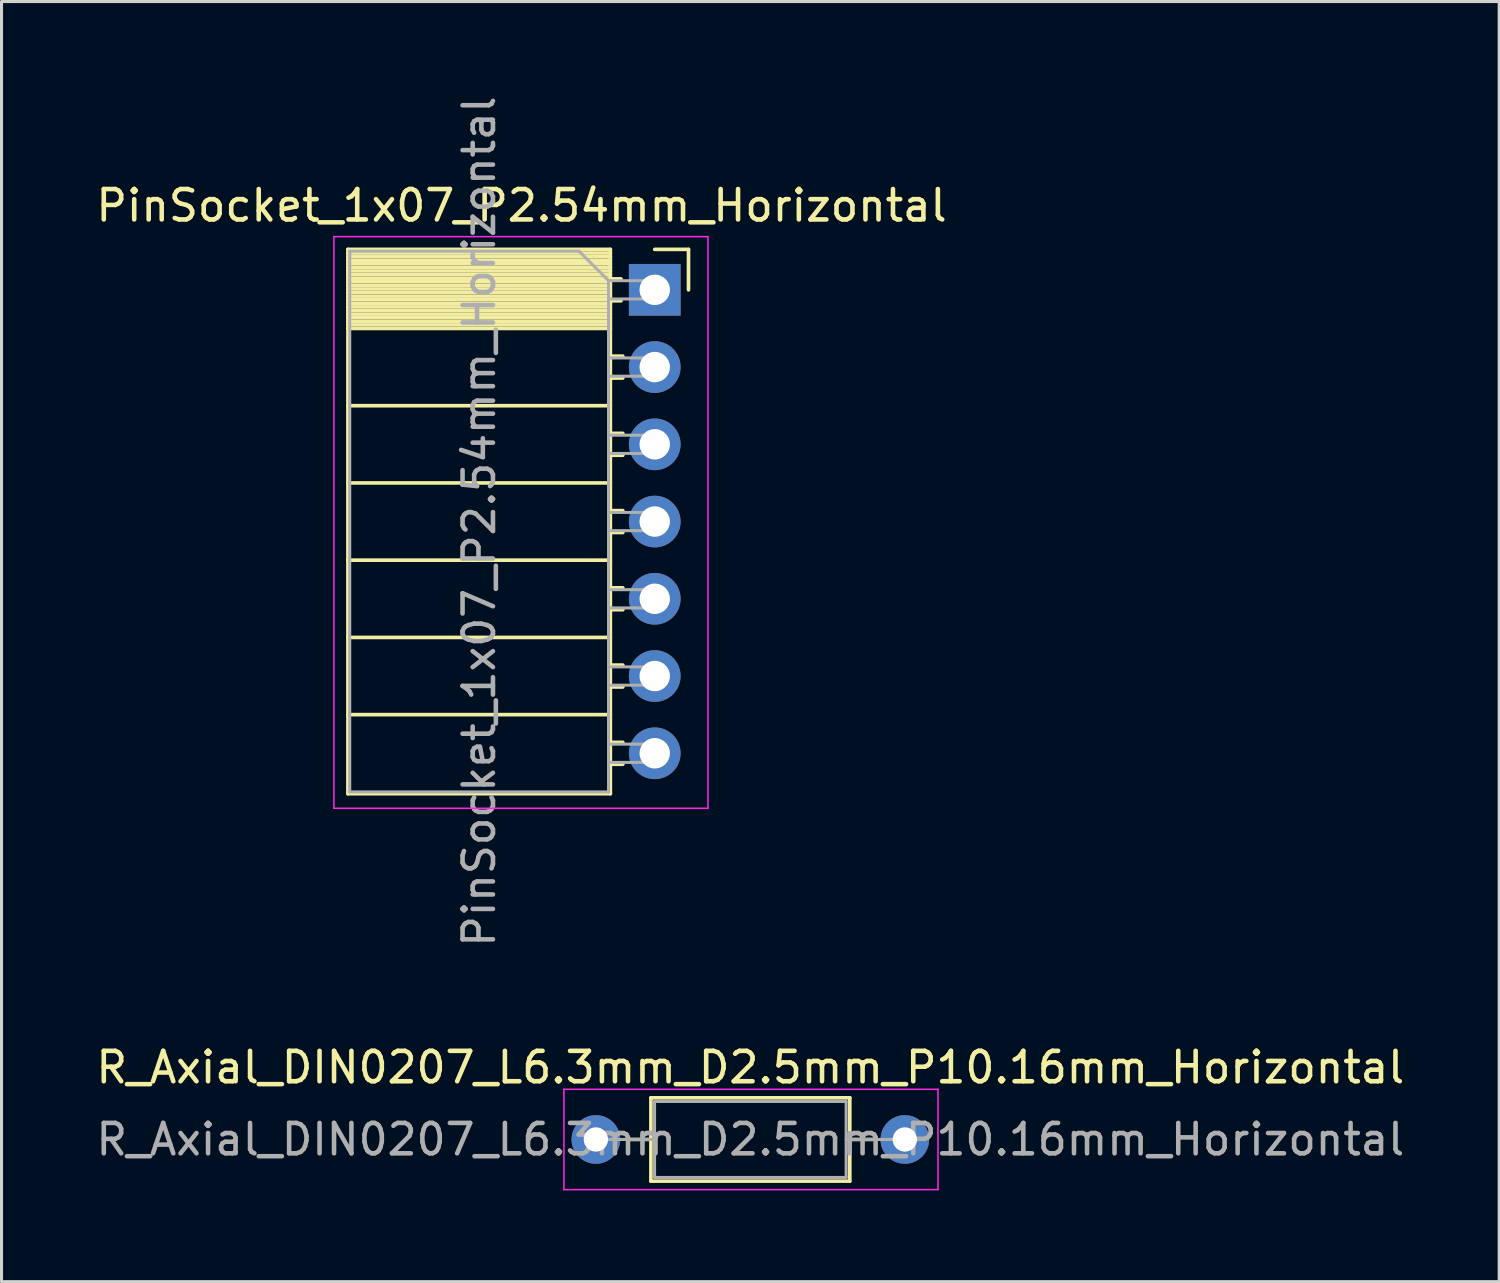
<source format=kicad_pcb>
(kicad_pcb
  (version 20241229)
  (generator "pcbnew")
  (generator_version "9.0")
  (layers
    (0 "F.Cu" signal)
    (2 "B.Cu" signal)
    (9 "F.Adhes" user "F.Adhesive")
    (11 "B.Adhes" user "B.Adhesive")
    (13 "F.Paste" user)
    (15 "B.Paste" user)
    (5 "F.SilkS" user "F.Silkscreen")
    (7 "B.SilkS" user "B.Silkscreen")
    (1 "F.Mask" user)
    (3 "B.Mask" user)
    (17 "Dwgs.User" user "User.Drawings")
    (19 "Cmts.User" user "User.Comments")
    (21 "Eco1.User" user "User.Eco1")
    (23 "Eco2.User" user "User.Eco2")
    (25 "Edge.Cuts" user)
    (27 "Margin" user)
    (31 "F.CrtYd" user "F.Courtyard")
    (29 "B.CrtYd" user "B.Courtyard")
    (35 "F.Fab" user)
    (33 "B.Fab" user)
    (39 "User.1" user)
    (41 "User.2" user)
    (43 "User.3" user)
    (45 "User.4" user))
  (footprint "PinSocket_1x07_P2.54mm_Horizontal"
    (layer "F.Cu")
    (at 18.481 6.481)
    (property "Reference" "PinSocket_1x07_P2.54mm_Horizontal" (at -4.38 -2.77 0) (layer "F.SilkS") (effects (font (size 1 1) (thickness 0.15))))
    (attr through_hole)
    (fp_line (start -10.09 -1.33) (end -10.09 16.57) (stroke (width 0.12) (type solid)) (layer "F.SilkS"))
    (fp_line (start -10.09 -1.33) (end -1.46 -1.33) (stroke (width 0.12) (type solid)) (layer "F.SilkS"))
    (fp_line (start -10.09 -1.21) (end -1.46 -1.21) (stroke (width 0.12) (type solid)) (layer "F.SilkS"))
    (fp_line (start -10.09 -1.092) (end -1.46 -1.092) (stroke (width 0.12) (type solid)) (layer "F.SilkS"))
    (fp_line (start -10.09 -0.974) (end -1.46 -0.974) (stroke (width 0.12) (type solid)) (layer "F.SilkS"))
    (fp_line (start -10.09 -0.856) (end -1.46 -0.856) (stroke (width 0.12) (type solid)) (layer "F.SilkS"))
    (fp_line (start -10.09 -0.738) (end -1.46 -0.738) (stroke (width 0.12) (type solid)) (layer "F.SilkS"))
    (fp_line (start -10.09 -0.62) (end -1.46 -0.62) (stroke (width 0.12) (type solid)) (layer "F.SilkS"))
    (fp_line (start -10.09 -0.501) (end -1.46 -0.501) (stroke (width 0.12) (type solid)) (layer "F.SilkS"))
    (fp_line (start -10.09 -0.383) (end -1.46 -0.383) (stroke (width 0.12) (type solid)) (layer "F.SilkS"))
    (fp_line (start -10.09 -0.265) (end -1.46 -0.265) (stroke (width 0.12) (type solid)) (layer "F.SilkS"))
    (fp_line (start -10.09 -0.147) (end -1.46 -0.147) (stroke (width 0.12) (type solid)) (layer "F.SilkS"))
    (fp_line (start -10.09 -0.029) (end -1.46 -0.029) (stroke (width 0.12) (type solid)) (layer "F.SilkS"))
    (fp_line (start -10.09 0.089) (end -1.46 0.089) (stroke (width 0.12) (type solid)) (layer "F.SilkS"))
    (fp_line (start -10.09 0.207) (end -1.46 0.207) (stroke (width 0.12) (type solid)) (layer "F.SilkS"))
    (fp_line (start -10.09 0.325) (end -1.46 0.325) (stroke (width 0.12) (type solid)) (layer "F.SilkS"))
    (fp_line (start -10.09 0.443) (end -1.46 0.443) (stroke (width 0.12) (type solid)) (layer "F.SilkS"))
    (fp_line (start -10.09 0.561) (end -1.46 0.561) (stroke (width 0.12) (type solid)) (layer "F.SilkS"))
    (fp_line (start -10.09 0.68) (end -1.46 0.68) (stroke (width 0.12) (type solid)) (layer "F.SilkS"))
    (fp_line (start -10.09 0.798) (end -1.46 0.798) (stroke (width 0.12) (type solid)) (layer "F.SilkS"))
    (fp_line (start -10.09 0.916) (end -1.46 0.916) (stroke (width 0.12) (type solid)) (layer "F.SilkS"))
    (fp_line (start -10.09 1.034) (end -1.46 1.034) (stroke (width 0.12) (type solid)) (layer "F.SilkS"))
    (fp_line (start -10.09 1.152) (end -1.46 1.152) (stroke (width 0.12) (type solid)) (layer "F.SilkS"))
    (fp_line (start -10.09 1.27) (end -1.46 1.27) (stroke (width 0.12) (type solid)) (layer "F.SilkS"))
    (fp_line (start -10.09 3.81) (end -1.46 3.81) (stroke (width 0.12) (type solid)) (layer "F.SilkS"))
    (fp_line (start -10.09 6.35) (end -1.46 6.35) (stroke (width 0.12) (type solid)) (layer "F.SilkS"))
    (fp_line (start -10.09 8.89) (end -1.46 8.89) (stroke (width 0.12) (type solid)) (layer "F.SilkS"))
    (fp_line (start -10.09 11.43) (end -1.46 11.43) (stroke (width 0.12) (type solid)) (layer "F.SilkS"))
    (fp_line (start -10.09 13.97) (end -1.46 13.97) (stroke (width 0.12) (type solid)) (layer "F.SilkS"))
    (fp_line (start -10.09 16.57) (end -1.46 16.57) (stroke (width 0.12) (type solid)) (layer "F.SilkS"))
    (fp_line (start -1.46 -1.33) (end -1.46 16.57) (stroke (width 0.12) (type solid)) (layer "F.SilkS"))
    (fp_line (start -1.46 -0.36) (end -1.11 -0.36) (stroke (width 0.12) (type solid)) (layer "F.SilkS"))
    (fp_line (start -1.46 0.36) (end -1.11 0.36) (stroke (width 0.12) (type solid)) (layer "F.SilkS"))
    (fp_line (start -1.46 2.18) (end -1.05 2.18) (stroke (width 0.12) (type solid)) (layer "F.SilkS"))
    (fp_line (start -1.46 2.9) (end -1.05 2.9) (stroke (width 0.12) (type solid)) (layer "F.SilkS"))
    (fp_line (start -1.46 4.72) (end -1.05 4.72) (stroke (width 0.12) (type solid)) (layer "F.SilkS"))
    (fp_line (start -1.46 5.44) (end -1.05 5.44) (stroke (width 0.12) (type solid)) (layer "F.SilkS"))
    (fp_line (start -1.46 7.26) (end -1.05 7.26) (stroke (width 0.12) (type solid)) (layer "F.SilkS"))
    (fp_line (start -1.46 7.98) (end -1.05 7.98) (stroke (width 0.12) (type solid)) (layer "F.SilkS"))
    (fp_line (start -1.46 9.8) (end -1.05 9.8) (stroke (width 0.12) (type solid)) (layer "F.SilkS"))
    (fp_line (start -1.46 10.52) (end -1.05 10.52) (stroke (width 0.12) (type solid)) (layer "F.SilkS"))
    (fp_line (start -1.46 12.34) (end -1.05 12.34) (stroke (width 0.12) (type solid)) (layer "F.SilkS"))
    (fp_line (start -1.46 13.06) (end -1.05 13.06) (stroke (width 0.12) (type solid)) (layer "F.SilkS"))
    (fp_line (start -1.46 14.88) (end -1.05 14.88) (stroke (width 0.12) (type solid)) (layer "F.SilkS"))
    (fp_line (start -1.46 15.6) (end -1.05 15.6) (stroke (width 0.12) (type solid)) (layer "F.SilkS"))
    (fp_line (start 0 -1.33) (end 1.11 -1.33) (stroke (width 0.12) (type solid)) (layer "F.SilkS"))
    (fp_line (start 1.11 -1.33) (end 1.11 0) (stroke (width 0.12) (type solid)) (layer "F.SilkS"))
    (fp_line (start -10.55 -1.75) (end -10.55 17.05) (stroke (width 0.05) (type solid)) (layer "F.CrtYd"))
    (fp_line (start -10.55 17.05) (end 1.75 17.05) (stroke (width 0.05) (type solid)) (layer "F.CrtYd"))
    (fp_line (start 1.75 -1.75) (end -10.55 -1.75) (stroke (width 0.05) (type solid)) (layer "F.CrtYd"))
    (fp_line (start 1.75 17.05) (end 1.75 -1.75) (stroke (width 0.05) (type solid)) (layer "F.CrtYd"))
    (fp_line (start -10.03 -1.27) (end -2.49 -1.27) (stroke (width 0.1) (type solid)) (layer "F.Fab"))
    (fp_line (start -10.03 16.51) (end -10.03 -1.27) (stroke (width 0.1) (type solid)) (layer "F.Fab"))
    (fp_line (start -2.49 -1.27) (end -1.52 -0.3) (stroke (width 0.1) (type solid)) (layer "F.Fab"))
    (fp_line (start -1.52 -0.3) (end -1.52 16.51) (stroke (width 0.1) (type solid)) (layer "F.Fab"))
    (fp_line (start -1.52 0.3) (end 0 0.3) (stroke (width 0.1) (type solid)) (layer "F.Fab"))
    (fp_line (start -1.52 2.84) (end 0 2.84) (stroke (width 0.1) (type solid)) (layer "F.Fab"))
    (fp_line (start -1.52 5.38) (end 0 5.38) (stroke (width 0.1) (type solid)) (layer "F.Fab"))
    (fp_line (start -1.52 7.92) (end 0 7.92) (stroke (width 0.1) (type solid)) (layer "F.Fab"))
    (fp_line (start -1.52 10.46) (end 0 10.46) (stroke (width 0.1) (type solid)) (layer "F.Fab"))
    (fp_line (start -1.52 13) (end 0 13) (stroke (width 0.1) (type solid)) (layer "F.Fab"))
    (fp_line (start -1.52 15.54) (end 0 15.54) (stroke (width 0.1) (type solid)) (layer "F.Fab"))
    (fp_line (start -1.52 16.51) (end -10.03 16.51) (stroke (width 0.1) (type solid)) (layer "F.Fab"))
    (fp_line (start 0 -0.3) (end -1.52 -0.3) (stroke (width 0.1) (type solid)) (layer "F.Fab"))
    (fp_line (start 0 0.3) (end 0 -0.3) (stroke (width 0.1) (type solid)) (layer "F.Fab"))
    (fp_line (start 0 2.24) (end -1.52 2.24) (stroke (width 0.1) (type solid)) (layer "F.Fab"))
    (fp_line (start 0 2.84) (end 0 2.24) (stroke (width 0.1) (type solid)) (layer "F.Fab"))
    (fp_line (start 0 4.78) (end -1.52 4.78) (stroke (width 0.1) (type solid)) (layer "F.Fab"))
    (fp_line (start 0 5.38) (end 0 4.78) (stroke (width 0.1) (type solid)) (layer "F.Fab"))
    (fp_line (start 0 7.32) (end -1.52 7.32) (stroke (width 0.1) (type solid)) (layer "F.Fab"))
    (fp_line (start 0 7.92) (end 0 7.32) (stroke (width 0.1) (type solid)) (layer "F.Fab"))
    (fp_line (start 0 9.86) (end -1.52 9.86) (stroke (width 0.1) (type solid)) (layer "F.Fab"))
    (fp_line (start 0 10.46) (end 0 9.86) (stroke (width 0.1) (type solid)) (layer "F.Fab"))
    (fp_line (start 0 12.4) (end -1.52 12.4) (stroke (width 0.1) (type solid)) (layer "F.Fab"))
    (fp_line (start 0 13) (end 0 12.4) (stroke (width 0.1) (type solid)) (layer "F.Fab"))
    (fp_line (start 0 14.94) (end -1.52 14.94) (stroke (width 0.1) (type solid)) (layer "F.Fab"))
    (fp_line (start 0 15.54) (end 0 14.94) (stroke (width 0.1) (type solid)) (layer "F.Fab"))
    (fp_text user "${REFERENCE}" (at -5.775 7.62 90) (layer "F.Fab") (effects (font (size 1 1) (thickness 0.15))))
    (pad "1" thru_hole rect (at 0 0) (size 1.7 1.7) (drill 1) (layers "*.Cu" "*.Mask"))
    (pad "2" thru_hole oval (at 0 2.54) (size 1.7 1.7) (drill 1) (layers "*.Cu" "*.Mask"))
    (pad "3" thru_hole oval (at 0 5.08) (size 1.7 1.7) (drill 1) (layers "*.Cu" "*.Mask"))
    (pad "4" thru_hole oval (at 0 7.62) (size 1.7 1.7) (drill 1) (layers "*.Cu" "*.Mask"))
    (pad "5" thru_hole oval (at 0 10.16) (size 1.7 1.7) (drill 1) (layers "*.Cu" "*.Mask"))
    (pad "6" thru_hole oval (at 0 12.7) (size 1.7 1.7) (drill 1) (layers "*.Cu" "*.Mask"))
    (pad "7" thru_hole oval (at 0 15.24) (size 1.7 1.7) (drill 1) (layers "*.Cu" "*.Mask")))
  (footprint "R_Axial_DIN0207_L6.3mm_D2.5mm_P10.16mm_Horizontal"
    (layer "F.Cu")
    (at 16.545 34.421)
    (property "Reference" "R_Axial_DIN0207_L6.3mm_D2.5mm_P10.16mm_Horizontal" (at 5.08 -2.37 0) (layer "F.SilkS") (effects (font (size 1 1) (thickness 0.15))))
    (attr through_hole)
    (fp_line (start 1.04 0) (end 1.81 0) (stroke (width 0.12) (type solid)) (layer "F.SilkS"))
    (fp_line (start 1.81 -1.37) (end 1.81 1.37) (stroke (width 0.12) (type solid)) (layer "F.SilkS"))
    (fp_line (start 1.81 1.37) (end 8.35 1.37) (stroke (width 0.12) (type solid)) (layer "F.SilkS"))
    (fp_line (start 8.35 -1.37) (end 1.81 -1.37) (stroke (width 0.12) (type solid)) (layer "F.SilkS"))
    (fp_line (start 8.35 1.37) (end 8.35 -1.37) (stroke (width 0.12) (type solid)) (layer "F.SilkS"))
    (fp_line (start 9.12 0) (end 8.35 0) (stroke (width 0.12) (type solid)) (layer "F.SilkS"))
    (fp_line (start -1.05 -1.65) (end -1.05 1.65) (stroke (width 0.05) (type solid)) (layer "F.CrtYd"))
    (fp_line (start -1.05 1.65) (end 11.25 1.65) (stroke (width 0.05) (type solid)) (layer "F.CrtYd"))
    (fp_line (start 11.25 -1.65) (end -1.05 -1.65) (stroke (width 0.05) (type solid)) (layer "F.CrtYd"))
    (fp_line (start 11.25 1.65) (end 11.25 -1.65) (stroke (width 0.05) (type solid)) (layer "F.CrtYd"))
    (fp_line (start 0 0) (end 1.93 0) (stroke (width 0.1) (type solid)) (layer "F.Fab"))
    (fp_line (start 1.93 -1.25) (end 1.93 1.25) (stroke (width 0.1) (type solid)) (layer "F.Fab"))
    (fp_line (start 1.93 1.25) (end 8.23 1.25) (stroke (width 0.1) (type solid)) (layer "F.Fab"))
    (fp_line (start 8.23 -1.25) (end 1.93 -1.25) (stroke (width 0.1) (type solid)) (layer "F.Fab"))
    (fp_line (start 8.23 1.25) (end 8.23 -1.25) (stroke (width 0.1) (type solid)) (layer "F.Fab"))
    (fp_line (start 10.16 0) (end 8.23 0) (stroke (width 0.1) (type solid)) (layer "F.Fab"))
    (fp_text user "${REFERENCE}" (at 5.08 0 0) (layer "F.Fab") (effects (font (size 1 1) (thickness 0.15))))
    (pad "1" thru_hole circle (at 0 0) (size 1.6 1.6) (drill 0.8) (layers "*.Cu" "*.Mask"))
    (pad "2" thru_hole oval (at 10.16 0) (size 1.6 1.6) (drill 0.8) (layers "*.Cu" "*.Mask")))
  (gr_rect
    (start -3 -3)
    (end 46.25 39.096)
    (stroke (width 0.1) (type default))
    (fill no)
    (layer "Edge.Cuts")))
</source>
